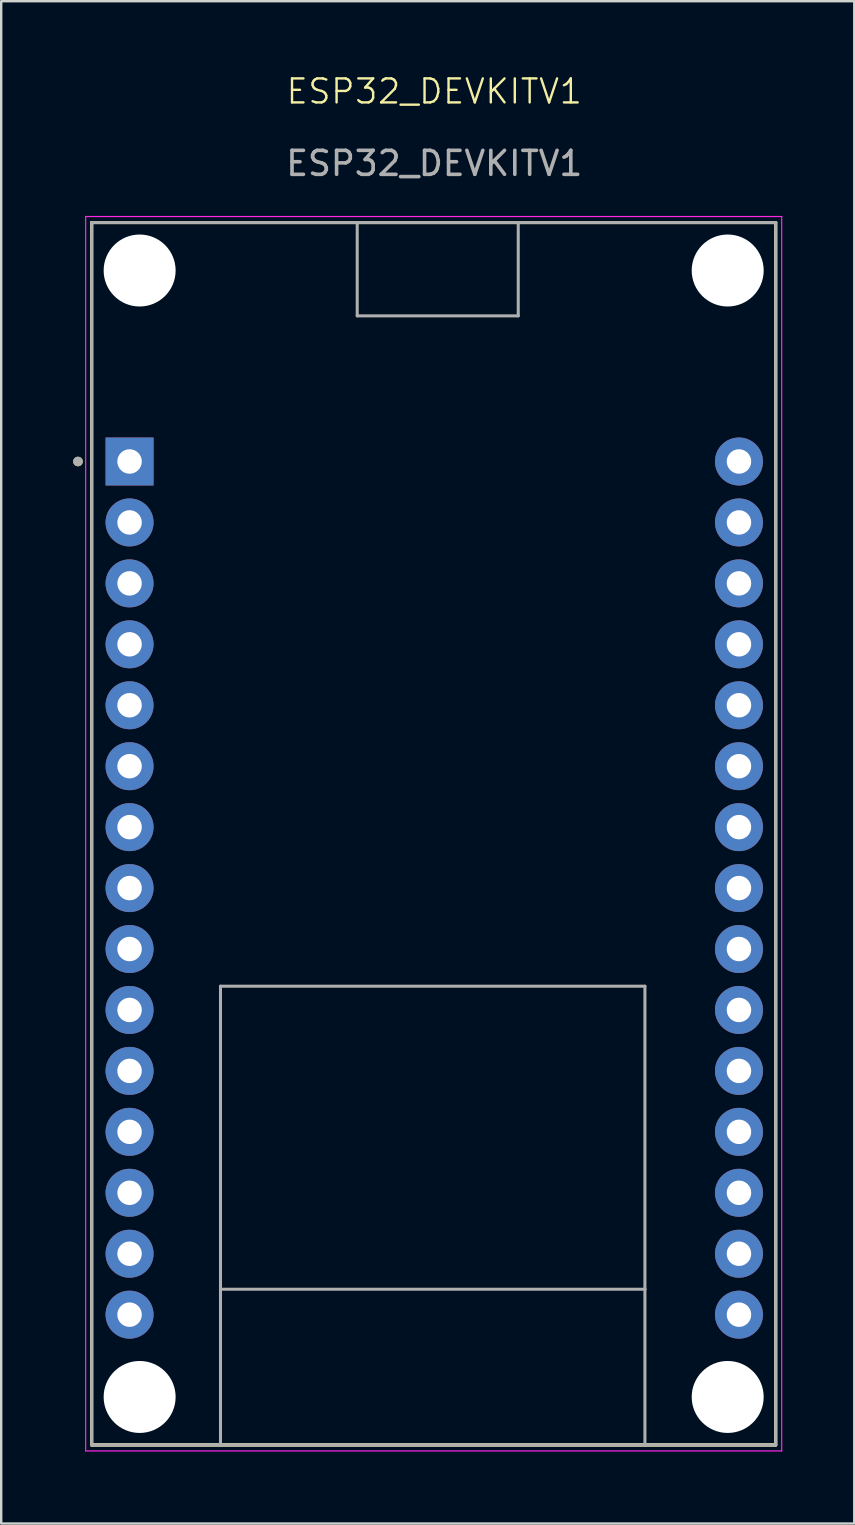
<source format=kicad_pcb>
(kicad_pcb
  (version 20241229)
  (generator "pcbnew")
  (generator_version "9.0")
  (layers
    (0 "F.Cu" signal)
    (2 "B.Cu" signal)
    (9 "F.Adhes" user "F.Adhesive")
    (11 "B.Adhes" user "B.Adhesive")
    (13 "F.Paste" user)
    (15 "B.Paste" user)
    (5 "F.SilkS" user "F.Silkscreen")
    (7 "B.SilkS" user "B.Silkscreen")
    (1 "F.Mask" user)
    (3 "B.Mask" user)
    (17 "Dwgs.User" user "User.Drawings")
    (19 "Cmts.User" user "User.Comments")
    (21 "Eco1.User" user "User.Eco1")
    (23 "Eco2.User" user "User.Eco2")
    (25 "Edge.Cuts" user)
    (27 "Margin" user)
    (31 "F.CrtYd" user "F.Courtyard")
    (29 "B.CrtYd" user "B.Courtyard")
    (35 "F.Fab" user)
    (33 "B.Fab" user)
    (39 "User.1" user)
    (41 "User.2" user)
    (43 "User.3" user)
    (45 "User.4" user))
  (footprint "ESP32_DEVKITV1"
    (layer "F.Cu")
    (at 15.05 29.16)
    (property "Reference" "ESP32_DEVKITV1" (at 0 -28.4 0) (unlocked yes) (layer "F.SilkS") (effects (font (size 1 1) (thickness 0.1))))
    (attr through_hole)
    (fp_line (start -14.28 -22.935) (end -3.211 -22.935) (stroke (width 0.127) (type solid)) (layer "F.SilkS"))
    (fp_line (start -14.28 -22.935) (end 14.23 -22.935) (stroke (width 0.127) (type solid)) (layer "F.SilkS"))
    (fp_line (start -14.28 28.015) (end -14.28 -22.935) (stroke (width 0.127) (type solid)) (layer "F.SilkS"))
    (fp_line (start -14.28 28.015) (end -14.28 -22.935) (stroke (width 0.127) (type solid)) (layer "F.SilkS"))
    (fp_line (start -14.28 28.015) (end -8.91 28.015) (stroke (width 0.127) (type solid)) (layer "F.SilkS"))
    (fp_line (start -8.91 28.015) (end 8.78 28.015) (stroke (width 0.127) (type solid)) (layer "F.SilkS"))
    (fp_line (start -3.211 -22.935) (end 3.5 -22.935) (stroke (width 0.127) (type solid)) (layer "F.SilkS"))
    (fp_line (start 3.5 -22.935) (end 14.23 -22.935) (stroke (width 0.127) (type solid)) (layer "F.SilkS"))
    (fp_line (start 8.78 28.015) (end 14.23 28.015) (stroke (width 0.127) (type solid)) (layer "F.SilkS"))
    (fp_line (start 14.23 -22.935) (end 14.23 28.015) (stroke (width 0.127) (type solid)) (layer "F.SilkS"))
    (fp_line (start 14.23 -22.935) (end 14.23 28.015) (stroke (width 0.127) (type solid)) (layer "F.SilkS"))
    (fp_line (start 14.23 28.015) (end -14.28 28.015) (stroke (width 0.127) (type solid)) (layer "F.SilkS"))
    (fp_circle (center -14.85 -12.975) (end -14.75 -12.975) (stroke (width 0.2) (type solid)) (fill no) (layer "F.SilkS"))
    (fp_line (start -14.53 -23.185) (end -14.53 28.265) (stroke (width 0.05) (type solid)) (layer "F.CrtYd"))
    (fp_line (start -14.53 28.265) (end 14.48 28.265) (stroke (width 0.05) (type solid)) (layer "F.CrtYd"))
    (fp_line (start 14.48 -23.185) (end -14.53 -23.185) (stroke (width 0.05) (type solid)) (layer "F.CrtYd"))
    (fp_line (start 14.48 28.265) (end 14.48 -23.185) (stroke (width 0.05) (type solid)) (layer "F.CrtYd"))
    (fp_line (start -14.28 -22.935) (end -3.211 -22.935) (stroke (width 0.127) (type solid)) (layer "F.Fab"))
    (fp_line (start -14.28 28.015) (end -14.28 -22.935) (stroke (width 0.127) (type solid)) (layer "F.Fab"))
    (fp_line (start -14.28 28.015) (end -8.91 28.015) (stroke (width 0.127) (type solid)) (layer "F.Fab"))
    (fp_line (start -8.91 8.895) (end 8.78 8.895) (stroke (width 0.127) (type solid)) (layer "F.Fab"))
    (fp_line (start -8.91 21.525) (end -8.91 8.895) (stroke (width 0.127) (type solid)) (layer "F.Fab"))
    (fp_line (start -8.91 21.525) (end 8.78 21.525) (stroke (width 0.127) (type solid)) (layer "F.Fab"))
    (fp_line (start -8.91 28.015) (end -8.91 21.525) (stroke (width 0.127) (type solid)) (layer "F.Fab"))
    (fp_line (start -8.91 28.015) (end 8.78 28.015) (stroke (width 0.127) (type solid)) (layer "F.Fab"))
    (fp_line (start -3.211 -22.935) (end 3.5 -22.935) (stroke (width 0.127) (type solid)) (layer "F.Fab"))
    (fp_line (start -3.211 -19.045) (end -3.211 -22.935) (stroke (width 0.127) (type solid)) (layer "F.Fab"))
    (fp_line (start 3.5 -22.935) (end 3.5 -19.045) (stroke (width 0.127) (type solid)) (layer "F.Fab"))
    (fp_line (start 3.5 -22.935) (end 14.23 -22.935) (stroke (width 0.127) (type solid)) (layer "F.Fab"))
    (fp_line (start 3.5 -19.045) (end -3.211 -19.045) (stroke (width 0.127) (type solid)) (layer "F.Fab"))
    (fp_line (start 8.78 8.895) (end 8.78 21.525) (stroke (width 0.127) (type solid)) (layer "F.Fab"))
    (fp_line (start 8.78 21.525) (end 8.78 28.015) (stroke (width 0.127) (type solid)) (layer "F.Fab"))
    (fp_line (start 8.78 28.015) (end 14.23 28.015) (stroke (width 0.127) (type solid)) (layer "F.Fab"))
    (fp_line (start 14.23 -22.935) (end 14.23 28.015) (stroke (width 0.127) (type solid)) (layer "F.Fab"))
    (fp_circle (center -14.85 -12.975) (end -14.75 -12.975) (stroke (width 0.2) (type solid)) (fill no) (layer "F.Fab"))
    (fp_text user "${REFERENCE}" (at 0 -25.4 0) (unlocked yes) (layer "F.Fab") (effects (font (size 1 1) (thickness 0.15))))
    (pad "" np_thru_hole circle (at -12.28 -20.935) (size 3 3) (drill 3) (layers "*.Cu" "*.Mask"))
    (pad "" np_thru_hole circle (at -12.28 26.015) (size 3 3) (drill 3) (layers "*.Cu" "*.Mask"))
    (pad "" np_thru_hole circle (at 12.23 -20.935) (size 3 3) (drill 3) (layers "*.Cu" "*.Mask"))
    (pad "" np_thru_hole circle (at 12.23 26.015) (size 3 3) (drill 3) (layers "*.Cu" "*.Mask"))
    (pad "1" thru_hole rect (at -12.7 -12.975) (size 2 2) (drill 1.02) (layers "*.Cu" "*.Mask"))
    (pad "2" thru_hole circle (at -12.7 -10.435) (size 2 2) (drill 1.02) (layers "*.Cu" "*.Mask"))
    (pad "3" thru_hole circle (at -12.7 -7.895) (size 2 2) (drill 1.02) (layers "*.Cu" "*.Mask"))
    (pad "4" thru_hole circle (at -12.7 -5.355) (size 2 2) (drill 1.02) (layers "*.Cu" "*.Mask"))
    (pad "5" thru_hole circle (at -12.7 -2.815) (size 2 2) (drill 1.02) (layers "*.Cu" "*.Mask"))
    (pad "6" thru_hole circle (at -12.7 -0.275) (size 2 2) (drill 1.02) (layers "*.Cu" "*.Mask"))
    (pad "7" thru_hole circle (at -12.7 2.265) (size 2 2) (drill 1.02) (layers "*.Cu" "*.Mask"))
    (pad "8" thru_hole circle (at -12.7 4.805) (size 2 2) (drill 1.02) (layers "*.Cu" "*.Mask"))
    (pad "9" thru_hole circle (at -12.7 7.345) (size 2 2) (drill 1.02) (layers "*.Cu" "*.Mask"))
    (pad "10" thru_hole circle (at -12.7 9.885) (size 2 2) (drill 1.02) (layers "*.Cu" "*.Mask"))
    (pad "11" thru_hole circle (at -12.7 12.425) (size 2 2) (drill 1.02) (layers "*.Cu" "*.Mask"))
    (pad "12" thru_hole circle (at -12.7 14.965) (size 2 2) (drill 1.02) (layers "*.Cu" "*.Mask"))
    (pad "13" thru_hole circle (at -12.7 17.505) (size 2 2) (drill 1.02) (layers "*.Cu" "*.Mask"))
    (pad "14" thru_hole circle (at -12.7 20.045) (size 2 2) (drill 1.02) (layers "*.Cu" "*.Mask"))
    (pad "15" thru_hole circle (at -12.7 22.585) (size 2 2) (drill 1.02) (layers "*.Cu" "*.Mask"))
    (pad "16" thru_hole circle (at 12.7 22.585) (size 2 2) (drill 1.02) (layers "*.Cu" "*.Mask"))
    (pad "17" thru_hole circle (at 12.7 20.045) (size 2 2) (drill 1.02) (layers "*.Cu" "*.Mask"))
    (pad "18" thru_hole circle (at 12.7 17.505) (size 2 2) (drill 1.02) (layers "*.Cu" "*.Mask"))
    (pad "19" thru_hole circle (at 12.7 14.965) (size 2 2) (drill 1.02) (layers "*.Cu" "*.Mask"))
    (pad "20" thru_hole circle (at 12.7 12.425) (size 2 2) (drill 1.02) (layers "*.Cu" "*.Mask"))
    (pad "21" thru_hole circle (at 12.7 9.885) (size 2 2) (drill 1.02) (layers "*.Cu" "*.Mask"))
    (pad "22" thru_hole circle (at 12.7 7.345) (size 2 2) (drill 1.02) (layers "*.Cu" "*.Mask"))
    (pad "23" thru_hole circle (at 12.7 4.805) (size 2 2) (drill 1.02) (layers "*.Cu" "*.Mask"))
    (pad "24" thru_hole circle (at 12.7 2.265) (size 2 2) (drill 1.02) (layers "*.Cu" "*.Mask"))
    (pad "25" thru_hole circle (at 12.7 -0.275) (size 2 2) (drill 1.02) (layers "*.Cu" "*.Mask"))
    (pad "26" thru_hole circle (at 12.7 -2.815) (size 2 2) (drill 1.02) (layers "*.Cu" "*.Mask"))
    (pad "27" thru_hole circle (at 12.7 -5.355) (size 2 2) (drill 1.02) (layers "*.Cu" "*.Mask"))
    (pad "28" thru_hole circle (at 12.7 -7.895) (size 2 2) (drill 1.02) (layers "*.Cu" "*.Mask"))
    (pad "29" thru_hole circle (at 12.7 -10.435) (size 2 2) (drill 1.02) (layers "*.Cu" "*.Mask"))
    (pad "30" thru_hole circle (at 12.7 -12.975) (size 2 2) (drill 1.02) (layers "*.Cu" "*.Mask"))
    (zone (net_name "") (layer "F.Cu") (hatch full 0.508) (connect_pads) (min_thickness 0.01) (filled_areas_thickness no) (keepout (tracks not_allowed) (vias not_allowed) (pads not_allowed) (copperpour not_allowed) (footprints allowed)) (placement (enabled no)) (fill) (polygon (pts (xy 6.14 50.685) (xy 23.83 50.685) (xy 23.83 57.175) (xy 6.14 57.175))))
    (zone (net_name "") (layers "F.Cu" "B.Cu") (hatch full 0.508) (connect_pads) (min_thickness 0.01) (filled_areas_thickness no) (keepout (tracks allowed) (vias not_allowed) (pads allowed) (copperpour allowed) (footprints allowed)) (placement (enabled no)) (fill) (polygon (pts (xy 6.14 50.685) (xy 23.83 50.685) (xy 23.83 57.175) (xy 6.14 57.175))))
    (zone (net_name "") (layer "B.Cu") (hatch full 0.508) (connect_pads) (min_thickness 0.01) (filled_areas_thickness no) (keepout (tracks not_allowed) (vias not_allowed) (pads not_allowed) (copperpour not_allowed) (footprints allowed)) (placement (enabled no)) (fill) (polygon (pts (xy 6.14 50.685) (xy 23.83 50.685) (xy 23.83 57.175) (xy 6.14 57.175)))))
  (gr_rect
    (start -3 -3)
    (end 32.555 60.45)
    (stroke (width 0.1) (type default))
    (fill no)
    (layer "Edge.Cuts")))
</source>
